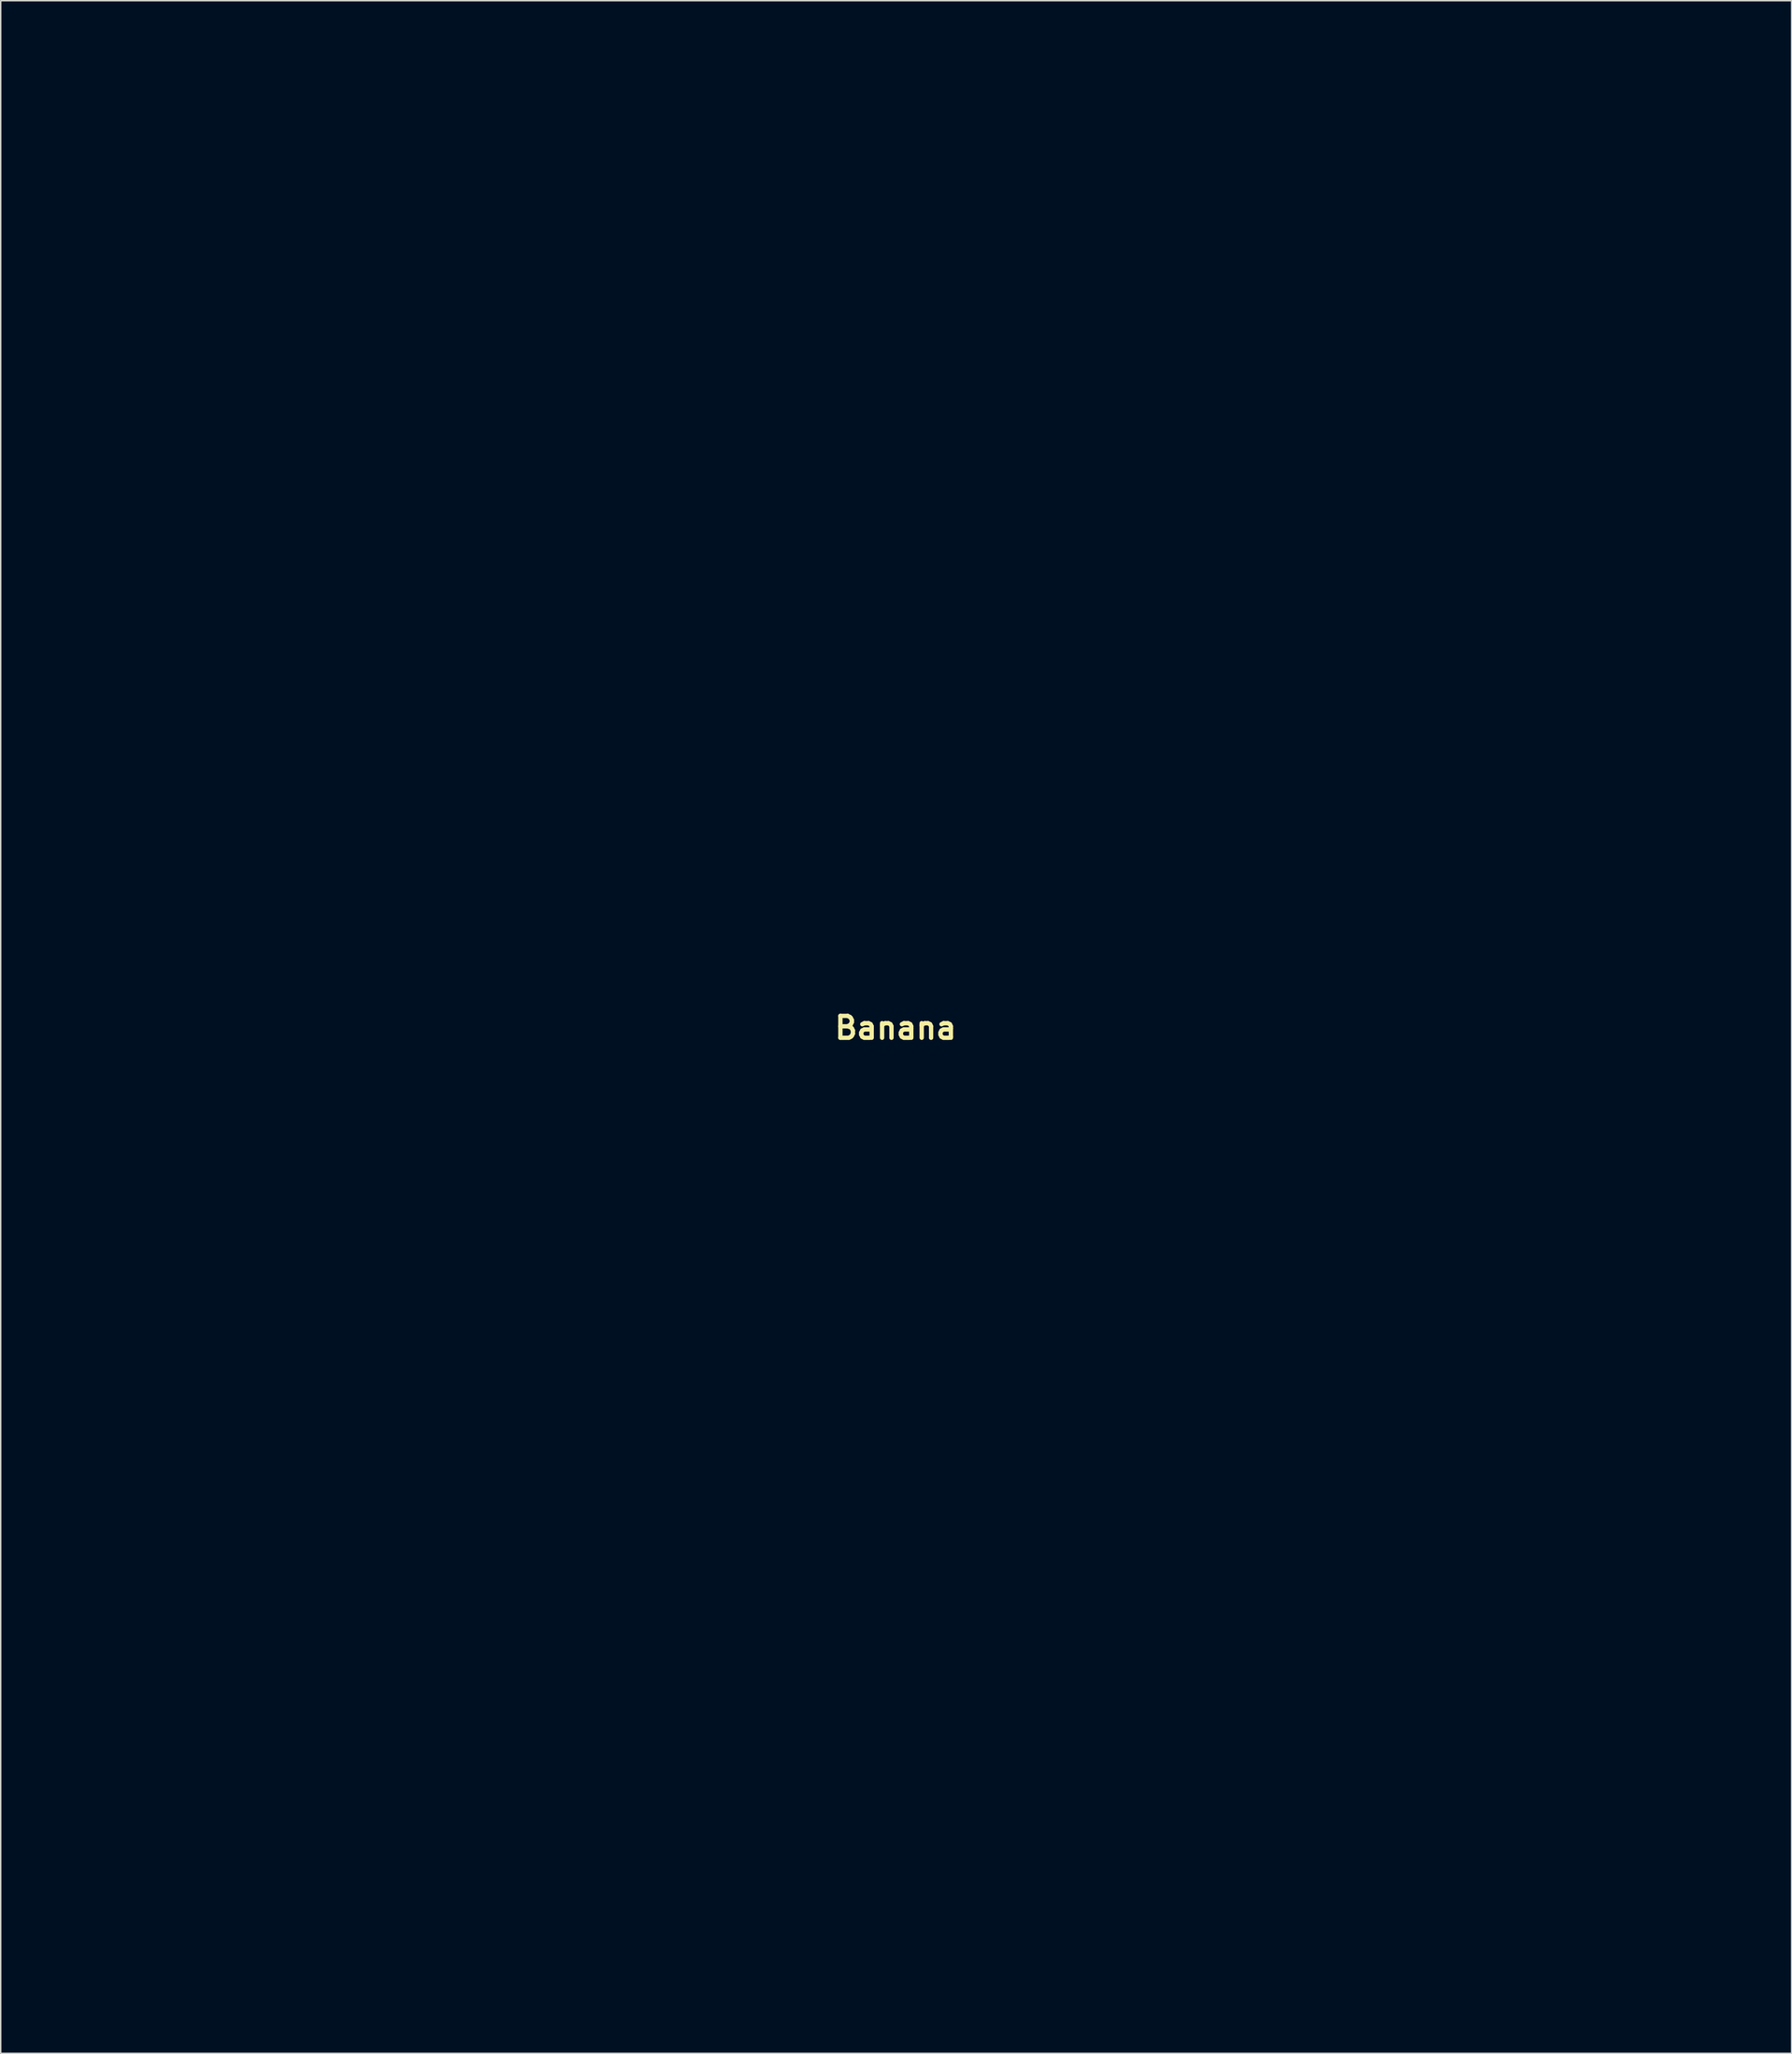
<source format=kicad_pcb>
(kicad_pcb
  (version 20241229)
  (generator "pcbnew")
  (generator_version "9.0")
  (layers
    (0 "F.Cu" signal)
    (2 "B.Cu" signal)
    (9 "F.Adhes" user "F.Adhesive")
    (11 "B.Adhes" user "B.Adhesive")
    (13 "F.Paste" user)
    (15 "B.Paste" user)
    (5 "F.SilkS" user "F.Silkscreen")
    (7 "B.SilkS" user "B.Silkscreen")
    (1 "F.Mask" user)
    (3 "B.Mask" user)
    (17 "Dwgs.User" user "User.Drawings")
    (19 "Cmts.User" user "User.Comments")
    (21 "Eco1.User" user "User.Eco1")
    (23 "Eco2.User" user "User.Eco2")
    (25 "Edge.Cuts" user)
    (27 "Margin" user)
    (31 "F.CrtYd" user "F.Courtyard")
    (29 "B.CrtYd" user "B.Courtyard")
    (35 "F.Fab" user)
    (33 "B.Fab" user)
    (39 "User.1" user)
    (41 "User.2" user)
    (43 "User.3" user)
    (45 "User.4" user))
  (footprint "Banana"
    (layer "F.Cu")
    (at 59.295 68.484)
    (property "Reference" "Banana" (at 0 0 0) (layer "F.SilkS") (effects (font (size 1.524 1.524) (thickness 0.3))))
    (attr through_hole)
    (fp_poly (pts (xy 31.079 -67.098) (xy 32.46 -65.718) (xy 33.214 -62.802) (xy 33.976 -60.129) (xy 34.805 -57.767) (xy 35.735 -55.635) (xy 36.799 -53.656) (xy 37.605 -52.373) (xy 38.302 -51.375) (xy 39.004 -50.489) (xy 39.767 -49.667) (xy 40.643 -48.859) (xy 41.687 -48.016) (xy 42.952 -47.091) (xy 44.493 -46.034) (xy 44.877 -45.777) (xy 46.124 -44.931) (xy 47.386 -44.05) (xy 48.584 -43.19) (xy 49.642 -42.407) (xy 50.482 -41.757) (xy 50.752 -41.535) (xy 52.809 -39.609) (xy 54.544 -37.537) (xy 55.974 -35.287) (xy 57.117 -32.826) (xy 57.99 -30.122) (xy 58.61 -27.142) (xy 58.696 -26.572) (xy 59.203 -21.848) (xy 59.363 -17.12) (xy 59.174 -12.371) (xy 58.634 -7.587) (xy 57.739 -2.75) (xy 56.486 2.155) (xy 54.873 7.143) (xy 52.897 12.231) (xy 50.846 16.822) (xy 50.118 18.314) (xy 49.292 19.931) (xy 48.394 21.625) (xy 47.455 23.343) (xy 46.503 25.036) (xy 45.568 26.653) (xy 44.677 28.143) (xy 43.861 29.457) (xy 43.148 30.544) (xy 42.567 31.354) (xy 42.36 31.609) (xy 39.999 34.273) (xy 37.435 36.99) (xy 34.732 39.704) (xy 31.95 42.357) (xy 29.151 44.891) (xy 26.395 47.249) (xy 23.746 49.373) (xy 22.036 50.654) (xy 20.441 51.794) (xy 18.96 52.809) (xy 17.54 53.729) (xy 16.129 54.581) (xy 14.672 55.395) (xy 13.117 56.198) (xy 11.41 57.019) (xy 9.499 57.887) (xy 7.331 58.829) (xy 4.851 59.875) (xy 4.689 59.942) (xy 1.272 61.349) (xy -1.839 62.587) (xy -4.681 63.67) (xy -7.295 64.61) (xy -9.72 65.419) (xy -11.995 66.108) (xy -14.16 66.692) (xy -16.254 67.18) (xy -18.317 67.587) (xy -20.388 67.924) (xy -21.551 68.085) (xy -22.841 68.211) (xy -24.398 68.3) (xy -26.126 68.349) (xy -27.928 68.361) (xy -29.704 68.334) (xy -31.359 68.269) (xy -32.795 68.166) (xy -33.658 68.066) (xy -35.588 67.722) (xy -37.652 67.243) (xy -39.686 66.67) (xy -41.524 66.047) (xy -41.84 65.926) (xy -43.389 65.271) (xy -45.181 64.435) (xy -47.139 63.46) (xy -49.186 62.387) (xy -51.244 61.259) (xy -53.236 60.118) (xy -55.085 59.006) (xy -56.714 57.964) (xy -57.585 57.367) (xy -58.211 56.91) (xy -58.66 56.511) (xy -58.961 56.094) (xy -59.145 55.582) (xy -59.24 54.896) (xy -59.277 53.961) (xy -59.284 52.949) (xy -59.29 50.898) (xy -57.034 46.929) (xy -51.719 44.487) (xy -49.903 43.654) (xy -48.384 42.961) (xy -47.101 42.384) (xy -45.995 41.902) (xy -45.009 41.49) (xy -44.081 41.125) (xy -43.154 40.784) (xy -42.168 40.444) (xy -41.063 40.082) (xy -39.782 39.674) (xy -38.264 39.198) (xy -38.184 39.172) (xy -36.619 38.679) (xy -35.019 38.171) (xy -33.468 37.674) (xy -32.048 37.214) (xy -30.843 36.819) (xy -29.992 36.535) (xy -28.787 36.149) (xy -27.487 35.769) (xy -26.24 35.436) (xy -25.198 35.192) (xy -25.127 35.178) (xy -21.129 34.178) (xy -17.128 32.804) (xy -13.149 31.073) (xy -9.219 28.999) (xy -5.363 26.599) (xy -1.608 23.887) (xy 2.021 20.882) (xy 5.497 17.596) (xy 7.824 15.142) (xy 9.132 13.664) (xy 10.474 12.085) (xy 11.794 10.475) (xy 13.035 8.906) (xy 14.141 7.448) (xy 15.056 6.172) (xy 15.366 5.712) (xy 17.182 2.69) (xy 18.887 -0.688) (xy 20.478 -4.404) (xy 21.946 -8.437) (xy 23.285 -12.768) (xy 24.491 -17.376) (xy 25.555 -22.243) (xy 26.473 -27.347) (xy 27.053 -31.262) (xy 27.276 -32.763) (xy 27.562 -34.465) (xy 27.879 -36.196) (xy 28.198 -37.786) (xy 28.33 -38.393) (xy 28.597 -39.639) (xy 28.84 -40.871) (xy 29.041 -41.993) (xy 29.183 -42.905) (xy 29.239 -43.398) (xy 29.273 -43.86) (xy 29.284 -44.275) (xy 29.256 -44.686) (xy 29.178 -45.137) (xy 29.035 -45.67) (xy 28.812 -46.329) (xy 28.498 -47.158) (xy 28.076 -48.198) (xy 27.534 -49.495) (xy 26.859 -51.091) (xy 26.55 -51.816) (xy 25.854 -53.445) (xy 25.283 -54.761) (xy 24.811 -55.815) (xy 24.414 -56.653) (xy 24.068 -57.326) (xy 23.748 -57.883) (xy 23.43 -58.372) (xy 23.088 -58.842) (xy 22.921 -59.059) (xy 22.107 -60.313) (xy 21.573 -61.584) (xy 21.325 -62.819) (xy 21.366 -63.966) (xy 21.702 -64.973) (xy 22.336 -65.787) (xy 22.352 -65.801) (xy 22.951 -66.199) (xy 23.872 -66.643) (xy 25.056 -67.111) (xy 26.439 -67.577) (xy 27.961 -68.018) (xy 28.054 -68.043) (xy 29.699 -68.479) (xy 31.079 -67.098)) (stroke (width 0.01) (type solid)) (fill no) (layer "Eco2.User")))
  (gr_rect
    (start -3 -3)
    (end 121.663 139.849)
    (stroke (width 0.1) (type default))
    (fill no)
    (layer "Edge.Cuts")))
</source>
